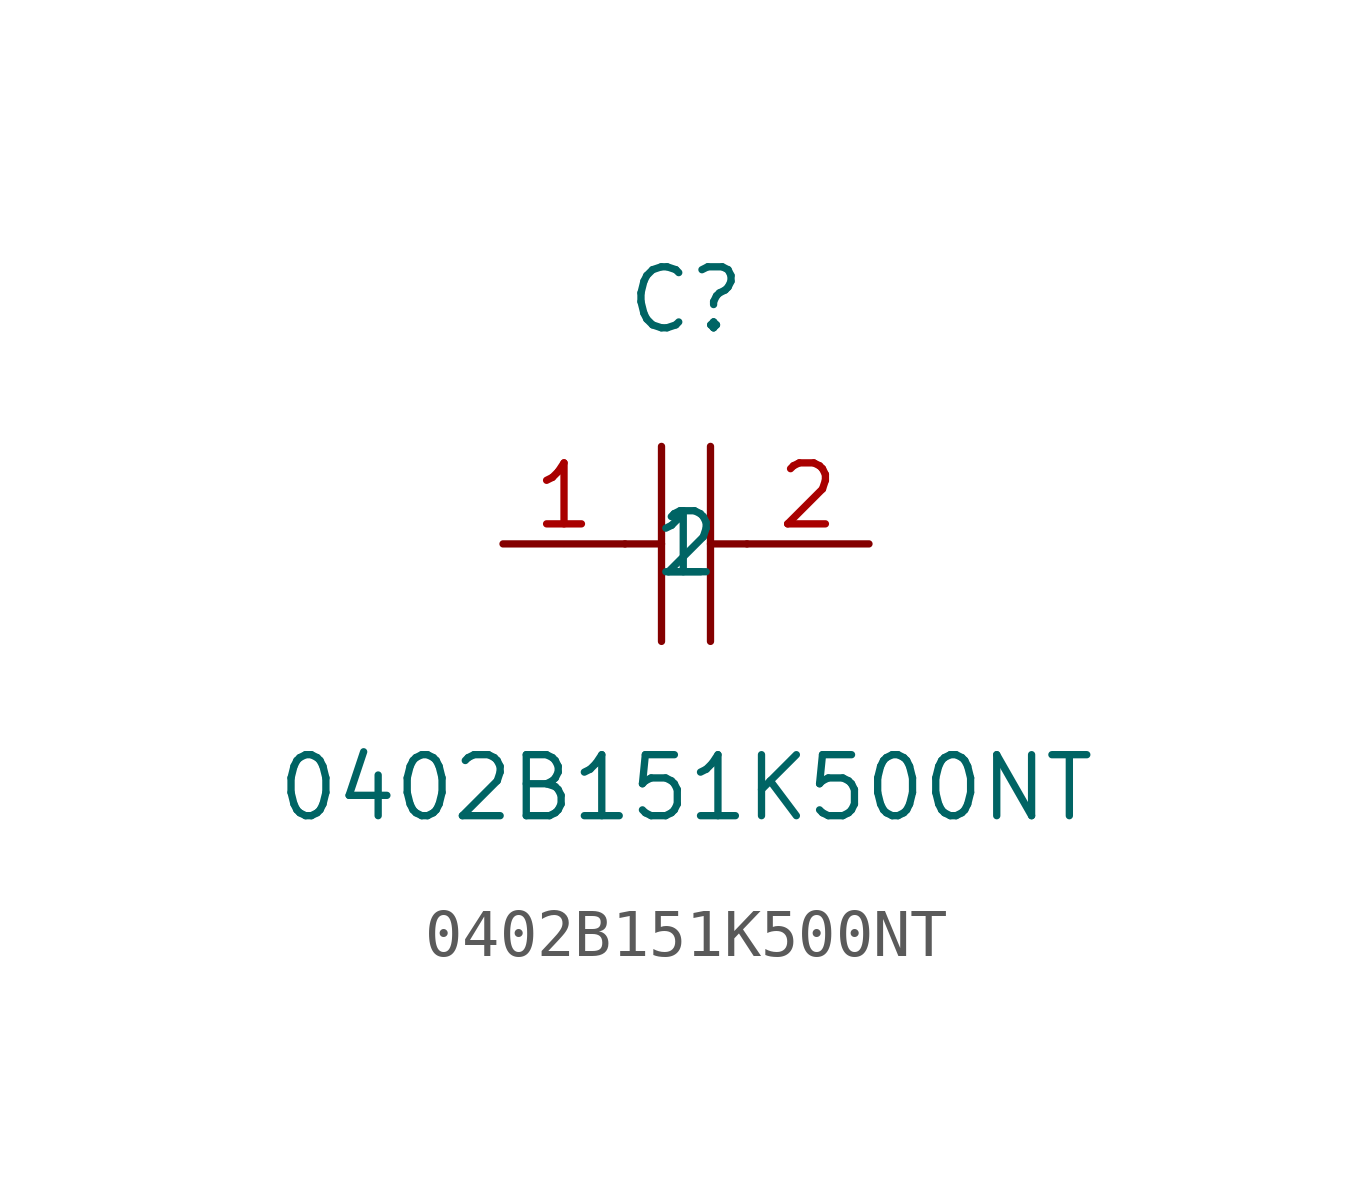
<source format=kicad_sym>
(kicad_symbol_lib
  (version 1)
  (generator "faebryk")
  (symbol "0402B151K500NT"
    (property "Reference" "C"
      (at 0 5.08 0)
      (effects (font (size 1.27 1.27)) (hide no)))
    (property "Value" "0402B151K500NT"
      (at 0 -5.08 0)
      (effects (font (size 1.27 1.27)) (hide no)))
    (symbol "0402B151K500NT_0_1"
      (polyline (stroke (width 0) (type default) (color 0 0 0 0)) (fill (type none)) (pts (xy -0.51 2.03) (xy -0.51 -2.03)))
      (polyline (stroke (width 0) (type default) (color 0 0 0 0)) (fill (type none)) (pts (xy 0.51 2.03) (xy 0.51 -2.03)))
      (polyline (stroke (width 0) (type default) (color 0 0 0 0)) (fill (type none)) (pts (xy -1.27 0) (xy -0.51 0)))
      (polyline (stroke (width 0) (type default) (color 0 0 0 0)) (fill (type none)) (pts (xy 0.51 0) (xy 1.27 0)))
      (pin input line (at -3.81 0 0) (length 2.54) (name "1" (effects (font (size 1.27 1.27)) (hide no))) (number "1" (effects (font (size 1.27 1.27)) (hide no))))
      (pin input line (at 3.81 0 180) (length 2.54) (name "2" (effects (font (size 1.27 1.27)) (hide no))) (number "2" (effects (font (size 1.27 1.27)) (hide no)))))))
</source>
